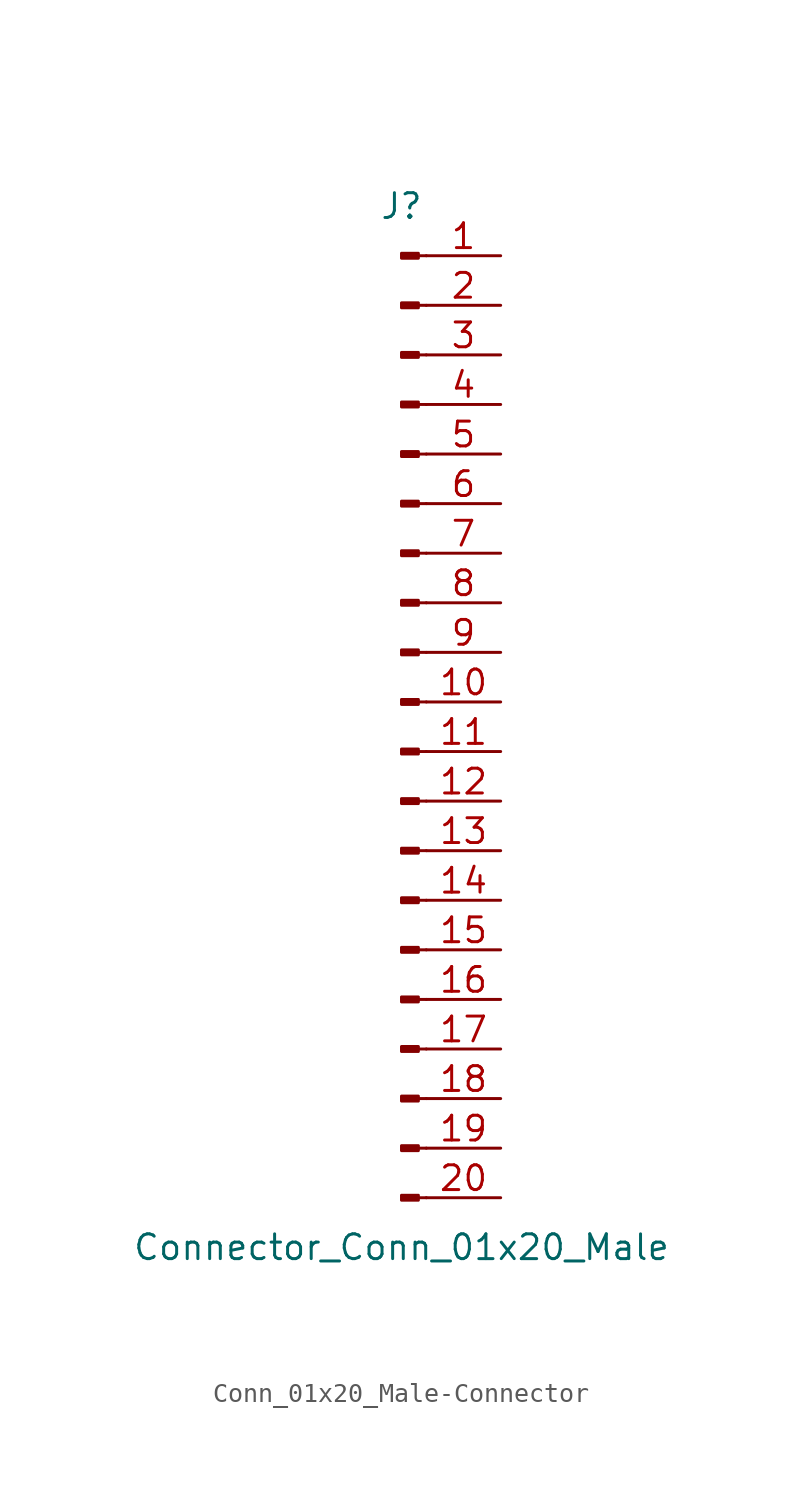
<source format=kicad_sym>
(kicad_symbol_lib
  (version 20220914)
  (generator kicad_symbol_editor)
  (symbol "Conn_01x20_Male-Connector"
    (pin_names
      (offset 1.016) hide)
    (property "Reference" "J"
      (at 0 25.4 0)
      (effects (font (size 1.27 1.27))))
    (property "Value" "Connector_Conn_01x20_Male"
      (at 0 -27.94 0)
      (effects (font (size 1.27 1.27))))
    (symbol "Conn_01x20_Male-Connector_1_1"
      (polyline (pts (xy 1.27 -25.4) (xy 0.864 -25.4)) (stroke (width 0.152) (type solid)) (fill (type none)))
      (polyline (pts (xy 1.27 -22.86) (xy 0.864 -22.86)) (stroke (width 0.152) (type solid)) (fill (type none)))
      (polyline (pts (xy 1.27 -20.32) (xy 0.864 -20.32)) (stroke (width 0.152) (type solid)) (fill (type none)))
      (polyline (pts (xy 1.27 -17.78) (xy 0.864 -17.78)) (stroke (width 0.152) (type solid)) (fill (type none)))
      (polyline (pts (xy 1.27 -15.24) (xy 0.864 -15.24)) (stroke (width 0.152) (type solid)) (fill (type none)))
      (polyline (pts (xy 1.27 -12.7) (xy 0.864 -12.7)) (stroke (width 0.152) (type solid)) (fill (type none)))
      (polyline (pts (xy 1.27 -10.16) (xy 0.864 -10.16)) (stroke (width 0.152) (type solid)) (fill (type none)))
      (polyline (pts (xy 1.27 -7.62) (xy 0.864 -7.62)) (stroke (width 0.152) (type solid)) (fill (type none)))
      (polyline (pts (xy 1.27 -5.08) (xy 0.864 -5.08)) (stroke (width 0.152) (type solid)) (fill (type none)))
      (polyline (pts (xy 1.27 -2.54) (xy 0.864 -2.54)) (stroke (width 0.152) (type solid)) (fill (type none)))
      (polyline (pts (xy 1.27 0) (xy 0.864 0)) (stroke (width 0.152) (type solid)) (fill (type none)))
      (polyline (pts (xy 1.27 2.54) (xy 0.864 2.54)) (stroke (width 0.152) (type solid)) (fill (type none)))
      (polyline (pts (xy 1.27 5.08) (xy 0.864 5.08)) (stroke (width 0.152) (type solid)) (fill (type none)))
      (polyline (pts (xy 1.27 7.62) (xy 0.864 7.62)) (stroke (width 0.152) (type solid)) (fill (type none)))
      (polyline (pts (xy 1.27 10.16) (xy 0.864 10.16)) (stroke (width 0.152) (type solid)) (fill (type none)))
      (polyline (pts (xy 1.27 12.7) (xy 0.864 12.7)) (stroke (width 0.152) (type solid)) (fill (type none)))
      (polyline (pts (xy 1.27 15.24) (xy 0.864 15.24)) (stroke (width 0.152) (type solid)) (fill (type none)))
      (polyline (pts (xy 1.27 17.78) (xy 0.864 17.78)) (stroke (width 0.152) (type solid)) (fill (type none)))
      (polyline (pts (xy 1.27 20.32) (xy 0.864 20.32)) (stroke (width 0.152) (type solid)) (fill (type none)))
      (polyline (pts (xy 1.27 22.86) (xy 0.864 22.86)) (stroke (width 0.152) (type solid)) (fill (type none)))
      (rectangle (start 0.864 -25.273) (end 0 -25.527) (stroke (width 0.152) (type solid)) (fill (type outline)))
      (rectangle (start 0.864 -22.733) (end 0 -22.987) (stroke (width 0.152) (type solid)) (fill (type outline)))
      (rectangle (start 0.864 -20.193) (end 0 -20.447) (stroke (width 0.152) (type solid)) (fill (type outline)))
      (rectangle (start 0.864 -17.653) (end 0 -17.907) (stroke (width 0.152) (type solid)) (fill (type outline)))
      (rectangle (start 0.864 -15.113) (end 0 -15.367) (stroke (width 0.152) (type solid)) (fill (type outline)))
      (rectangle (start 0.864 -12.573) (end 0 -12.827) (stroke (width 0.152) (type solid)) (fill (type outline)))
      (rectangle (start 0.864 -10.033) (end 0 -10.287) (stroke (width 0.152) (type solid)) (fill (type outline)))
      (rectangle (start 0.864 -7.493) (end 0 -7.747) (stroke (width 0.152) (type solid)) (fill (type outline)))
      (rectangle (start 0.864 -4.953) (end 0 -5.207) (stroke (width 0.152) (type solid)) (fill (type outline)))
      (rectangle (start 0.864 -2.413) (end 0 -2.667) (stroke (width 0.152) (type solid)) (fill (type outline)))
      (rectangle (start 0.864 0.127) (end 0 -0.127) (stroke (width 0.152) (type solid)) (fill (type outline)))
      (rectangle (start 0.864 2.667) (end 0 2.413) (stroke (width 0.152) (type solid)) (fill (type outline)))
      (rectangle (start 0.864 5.207) (end 0 4.953) (stroke (width 0.152) (type solid)) (fill (type outline)))
      (rectangle (start 0.864 7.747) (end 0 7.493) (stroke (width 0.152) (type solid)) (fill (type outline)))
      (rectangle (start 0.864 10.287) (end 0 10.033) (stroke (width 0.152) (type solid)) (fill (type outline)))
      (rectangle (start 0.864 12.827) (end 0 12.573) (stroke (width 0.152) (type solid)) (fill (type outline)))
      (rectangle (start 0.864 15.367) (end 0 15.113) (stroke (width 0.152) (type solid)) (fill (type outline)))
      (rectangle (start 0.864 17.907) (end 0 17.653) (stroke (width 0.152) (type solid)) (fill (type outline)))
      (rectangle (start 0.864 20.447) (end 0 20.193) (stroke (width 0.152) (type solid)) (fill (type outline)))
      (rectangle (start 0.864 22.987) (end 0 22.733) (stroke (width 0.152) (type solid)) (fill (type outline)))
      (pin passive line (at 5.08 22.86 180) (length 3.81) (name "Pin_1" (effects (font (size 1.27 1.27)))) (number "1" (effects (font (size 1.27 1.27)))))
      (pin passive line (at 5.08 0 180) (length 3.81) (name "Pin_10" (effects (font (size 1.27 1.27)))) (number "10" (effects (font (size 1.27 1.27)))))
      (pin passive line (at 5.08 -2.54 180) (length 3.81) (name "Pin_11" (effects (font (size 1.27 1.27)))) (number "11" (effects (font (size 1.27 1.27)))))
      (pin passive line (at 5.08 -5.08 180) (length 3.81) (name "Pin_12" (effects (font (size 1.27 1.27)))) (number "12" (effects (font (size 1.27 1.27)))))
      (pin passive line (at 5.08 -7.62 180) (length 3.81) (name "Pin_13" (effects (font (size 1.27 1.27)))) (number "13" (effects (font (size 1.27 1.27)))))
      (pin passive line (at 5.08 -10.16 180) (length 3.81) (name "Pin_14" (effects (font (size 1.27 1.27)))) (number "14" (effects (font (size 1.27 1.27)))))
      (pin passive line (at 5.08 -12.7 180) (length 3.81) (name "Pin_15" (effects (font (size 1.27 1.27)))) (number "15" (effects (font (size 1.27 1.27)))))
      (pin passive line (at 5.08 -15.24 180) (length 3.81) (name "Pin_16" (effects (font (size 1.27 1.27)))) (number "16" (effects (font (size 1.27 1.27)))))
      (pin passive line (at 5.08 -17.78 180) (length 3.81) (name "Pin_17" (effects (font (size 1.27 1.27)))) (number "17" (effects (font (size 1.27 1.27)))))
      (pin passive line (at 5.08 -20.32 180) (length 3.81) (name "Pin_18" (effects (font (size 1.27 1.27)))) (number "18" (effects (font (size 1.27 1.27)))))
      (pin passive line (at 5.08 -22.86 180) (length 3.81) (name "Pin_19" (effects (font (size 1.27 1.27)))) (number "19" (effects (font (size 1.27 1.27)))))
      (pin passive line (at 5.08 20.32 180) (length 3.81) (name "Pin_2" (effects (font (size 1.27 1.27)))) (number "2" (effects (font (size 1.27 1.27)))))
      (pin passive line (at 5.08 -25.4 180) (length 3.81) (name "Pin_20" (effects (font (size 1.27 1.27)))) (number "20" (effects (font (size 1.27 1.27)))))
      (pin passive line (at 5.08 17.78 180) (length 3.81) (name "Pin_3" (effects (font (size 1.27 1.27)))) (number "3" (effects (font (size 1.27 1.27)))))
      (pin passive line (at 5.08 15.24 180) (length 3.81) (name "Pin_4" (effects (font (size 1.27 1.27)))) (number "4" (effects (font (size 1.27 1.27)))))
      (pin passive line (at 5.08 12.7 180) (length 3.81) (name "Pin_5" (effects (font (size 1.27 1.27)))) (number "5" (effects (font (size 1.27 1.27)))))
      (pin passive line (at 5.08 10.16 180) (length 3.81) (name "Pin_6" (effects (font (size 1.27 1.27)))) (number "6" (effects (font (size 1.27 1.27)))))
      (pin passive line (at 5.08 7.62 180) (length 3.81) (name "Pin_7" (effects (font (size 1.27 1.27)))) (number "7" (effects (font (size 1.27 1.27)))))
      (pin passive line (at 5.08 5.08 180) (length 3.81) (name "Pin_8" (effects (font (size 1.27 1.27)))) (number "8" (effects (font (size 1.27 1.27)))))
      (pin passive line (at 5.08 2.54 180) (length 3.81) (name "Pin_9" (effects (font (size 1.27 1.27)))) (number "9" (effects (font (size 1.27 1.27))))))))
</source>
